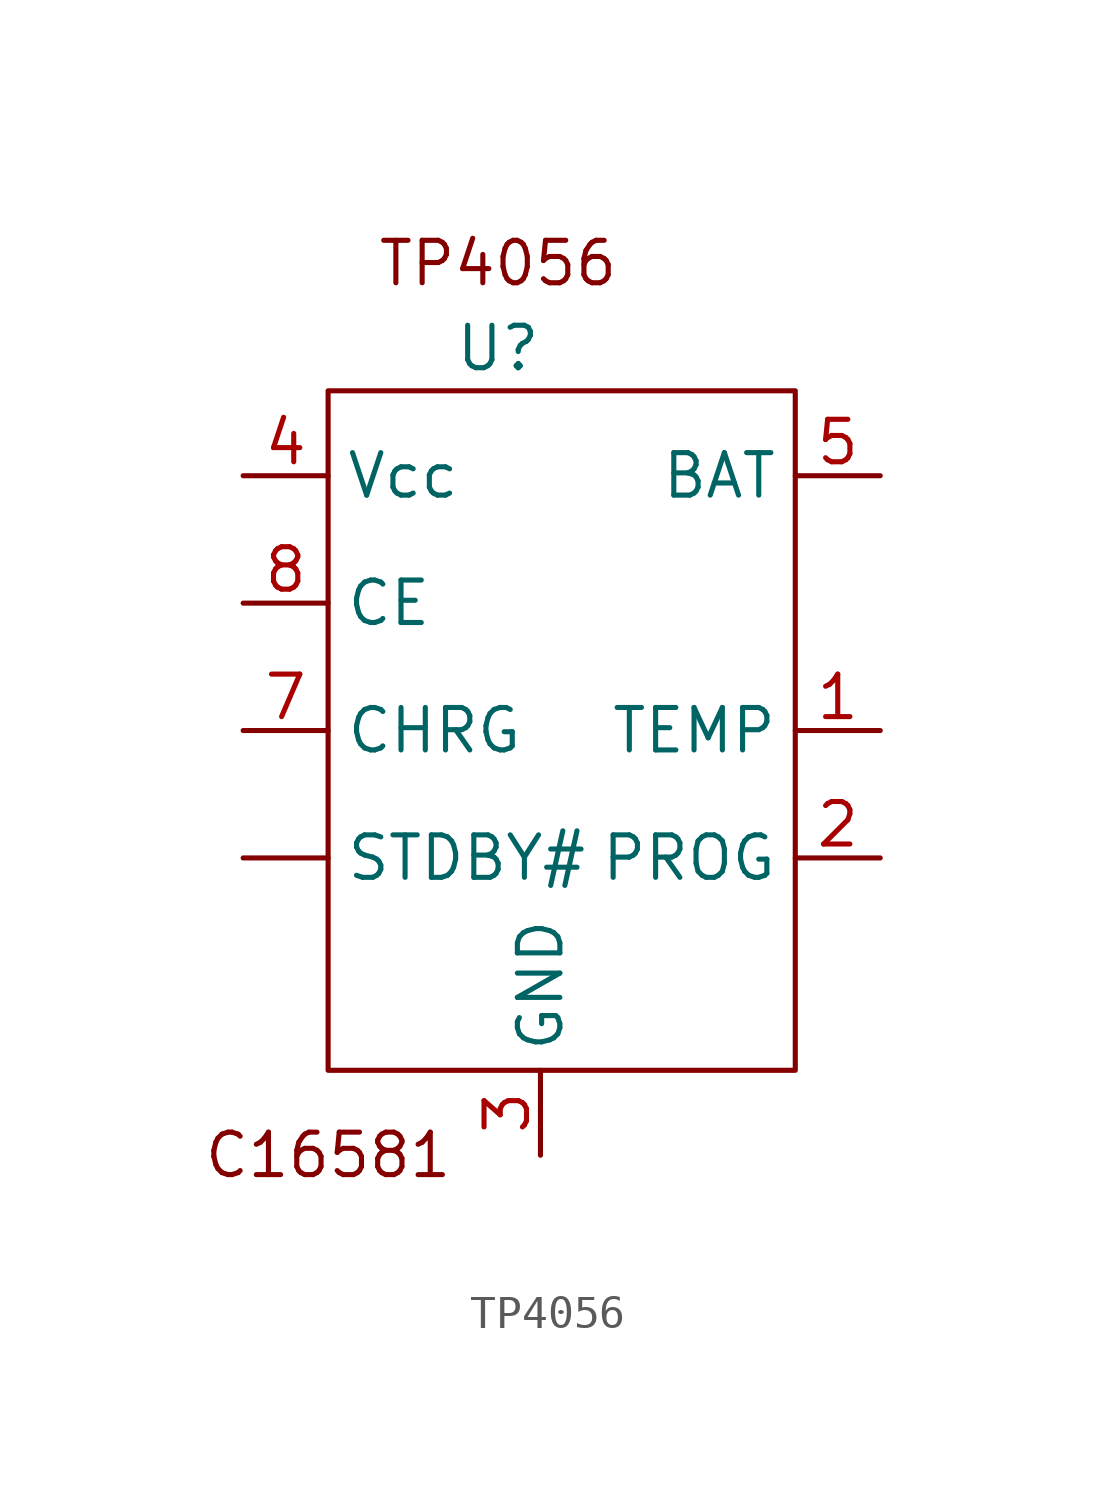
<source format=kicad_sym>
(kicad_symbol_lib
  (version 20220914)
  (generator kicad_symbol_editor)
  (symbol "TP4056"
    (property "Reference" "U"
      (at -1.27 8.89 0)
      (effects (font (size 1.27 1.27))))
    (property "Value" ""
      (at 0 0 0)
      (effects (font (size 1.27 1.27))))
    (symbol "TP4056_0_1"
      (rectangle (start -6.35 7.62) (end 7.62 -12.7) (stroke (width 0) (type default)) (fill (type none)))
      (text "C16581" (at -6.35 -15.24 0) (effects (font (size 1.27 1.27))))
      (text "TP4056" (at -1.27 11.43 0) (effects (font (size 1.27 1.27)))))
    (symbol "TP4056_1_1"
      (pin input line (at -8.89 -6.35 0) (length 2.54) (name "STDBY#" (effects (font (size 1.27 1.27)))) (number "" (effects (font (size 1.27 1.27)))))
      (pin input line (at 10.16 -2.54 180) (length 2.54) (name "TEMP" (effects (font (size 1.27 1.27)))) (number "1" (effects (font (size 1.27 1.27)))))
      (pin input line (at 10.16 -6.35 180) (length 2.54) (name "PROG" (effects (font (size 1.27 1.27)))) (number "2" (effects (font (size 1.27 1.27)))))
      (pin input line (at 0 -15.24 90) (length 2.54) (name "GND" (effects (font (size 1.27 1.27)))) (number "3" (effects (font (size 1.27 1.27)))))
      (pin input line (at -8.89 5.08 0) (length 2.54) (name "Vcc" (effects (font (size 1.27 1.27)))) (number "4" (effects (font (size 1.27 1.27)))))
      (pin input line (at 10.16 5.08 180) (length 2.54) (name "BAT" (effects (font (size 1.27 1.27)))) (number "5" (effects (font (size 1.27 1.27)))))
      (pin input line (at -8.89 -2.54 0) (length 2.54) (name "CHRG" (effects (font (size 1.27 1.27)))) (number "7" (effects (font (size 1.27 1.27)))))
      (pin input line (at -8.89 1.27 0) (length 2.54) (name "CE" (effects (font (size 1.27 1.27)))) (number "8" (effects (font (size 1.27 1.27))))))))
</source>
